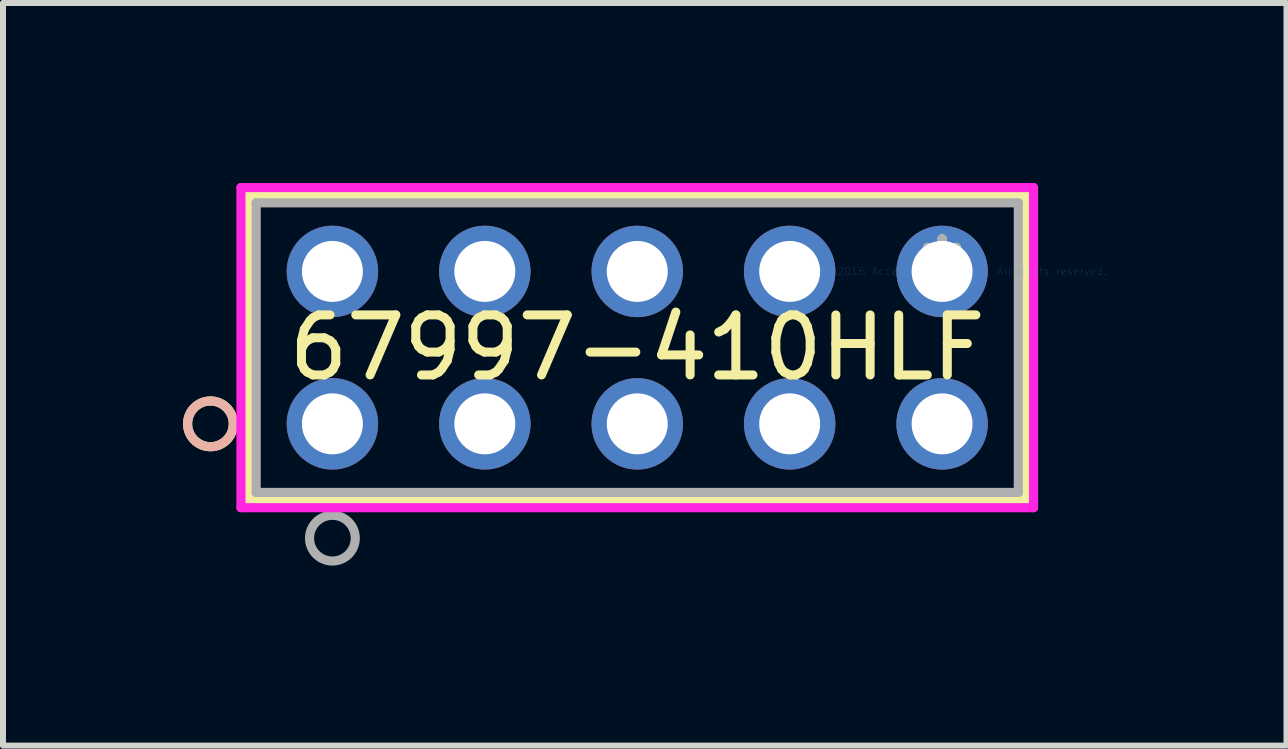
<source format=kicad_pcb>
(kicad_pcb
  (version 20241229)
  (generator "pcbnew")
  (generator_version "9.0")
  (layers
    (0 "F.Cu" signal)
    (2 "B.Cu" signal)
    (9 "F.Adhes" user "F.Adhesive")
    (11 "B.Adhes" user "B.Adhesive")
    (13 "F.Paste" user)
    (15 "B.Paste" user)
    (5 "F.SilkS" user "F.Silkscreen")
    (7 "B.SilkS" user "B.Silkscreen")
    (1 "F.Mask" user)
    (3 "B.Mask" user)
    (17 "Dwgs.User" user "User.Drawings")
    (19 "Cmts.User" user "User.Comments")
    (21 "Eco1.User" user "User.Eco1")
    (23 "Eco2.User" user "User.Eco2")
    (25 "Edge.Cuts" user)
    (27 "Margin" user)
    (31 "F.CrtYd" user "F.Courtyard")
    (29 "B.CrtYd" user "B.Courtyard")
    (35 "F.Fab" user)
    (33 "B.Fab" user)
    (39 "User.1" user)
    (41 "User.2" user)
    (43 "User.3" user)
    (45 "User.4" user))
  (footprint "67997-410HLF"
    (layer "F.Cu")
    (at 12.649 1.473)
    (property "Reference" "67997-410HLF" (at -5.08 1.27 0) (layer "F.SilkS") (effects (font (size 1 1) (thickness 0.15))))
    (attr through_hole)
    (fp_line (start -11.557 -1.27) (end -11.557 3.81) (stroke (width 0.152) (type solid)) (layer "F.SilkS"))
    (fp_line (start -11.557 3.81) (end 1.397 3.81) (stroke (width 0.152) (type solid)) (layer "F.SilkS"))
    (fp_line (start 1.397 -1.27) (end -11.557 -1.27) (stroke (width 0.152) (type solid)) (layer "F.SilkS"))
    (fp_line (start 1.397 3.81) (end 1.397 -1.27) (stroke (width 0.152) (type solid)) (layer "F.SilkS"))
    (fp_circle (center -12.192 2.54) (end -11.811 2.54) (stroke (width 0.152) (type solid)) (fill no) (layer "F.SilkS"))
    (fp_circle (center -12.192 2.54) (end -11.811 2.54) (stroke (width 0.152) (type solid)) (fill no) (layer "B.SilkS"))
    (fp_line (start -11.684 -1.397) (end -11.684 3.937) (stroke (width 0.152) (type solid)) (layer "F.CrtYd"))
    (fp_line (start -11.684 3.937) (end 1.524 3.937) (stroke (width 0.152) (type solid)) (layer "F.CrtYd"))
    (fp_line (start 1.524 -1.397) (end -11.684 -1.397) (stroke (width 0.152) (type solid)) (layer "F.CrtYd"))
    (fp_line (start 1.524 3.937) (end 1.524 -1.397) (stroke (width 0.152) (type solid)) (layer "F.CrtYd"))
    (fp_line (start -11.43 -1.143) (end -11.43 3.683) (stroke (width 0.152) (type solid)) (layer "F.Fab"))
    (fp_line (start -11.43 3.683) (end 1.27 3.683) (stroke (width 0.152) (type solid)) (layer "F.Fab"))
    (fp_line (start 1.27 -1.143) (end -11.43 -1.143) (stroke (width 0.152) (type solid)) (layer "F.Fab"))
    (fp_line (start 1.27 3.683) (end 1.27 -1.143) (stroke (width 0.152) (type solid)) (layer "F.Fab"))
    (fp_circle (center -10.16 4.445) (end -9.779 4.445) (stroke (width 0.152) (type solid)) (fill no) (layer "F.Fab"))
    (fp_text user "*" (at 0 0 0) (layer "F.SilkS") (effects (font (size 1 1) (thickness 0.15))))
    (fp_text user "Copyright 2016 Accelerated Designs. All rights reserved." (at 0 0 0) (layer "Cmts.User") (effects (font (size 0.127 0.127) (thickness 0.002))))
    (fp_text user "*" (at 0 0 0) (layer "F.Fab") (effects (font (size 1 1) (thickness 0.15))))
    (pad "1" thru_hole circle (at -10.16 2.54) (size 1.524 1.524) (drill 1.016) (layers "*.Cu" "*.Mask"))
    (pad "2" thru_hole circle (at -7.62 2.54) (size 1.524 1.524) (drill 1.016) (layers "*.Cu" "*.Mask"))
    (pad "3" thru_hole circle (at -5.08 2.54) (size 1.524 1.524) (drill 1.016) (layers "*.Cu" "*.Mask"))
    (pad "4" thru_hole circle (at -2.54 2.54) (size 1.524 1.524) (drill 1.016) (layers "*.Cu" "*.Mask"))
    (pad "5" thru_hole circle (at 0 2.54) (size 1.524 1.524) (drill 1.016) (layers "*.Cu" "*.Mask"))
    (pad "6" thru_hole circle (at -10.16 0) (size 1.524 1.524) (drill 1.016) (layers "*.Cu" "*.Mask"))
    (pad "7" thru_hole circle (at -7.62 0) (size 1.524 1.524) (drill 1.016) (layers "*.Cu" "*.Mask"))
    (pad "8" thru_hole circle (at -5.08 0) (size 1.524 1.524) (drill 1.016) (layers "*.Cu" "*.Mask"))
    (pad "9" thru_hole circle (at -2.54 0) (size 1.524 1.524) (drill 1.016) (layers "*.Cu" "*.Mask"))
    (pad "10" thru_hole circle (at 0 0) (size 1.524 1.524) (drill 1.016) (layers "*.Cu" "*.Mask")))
  (gr_rect
    (start -3 -3)
    (end 18.388 9.375)
    (stroke (width 0.1) (type default))
    (fill no)
    (layer "Edge.Cuts")))
</source>
